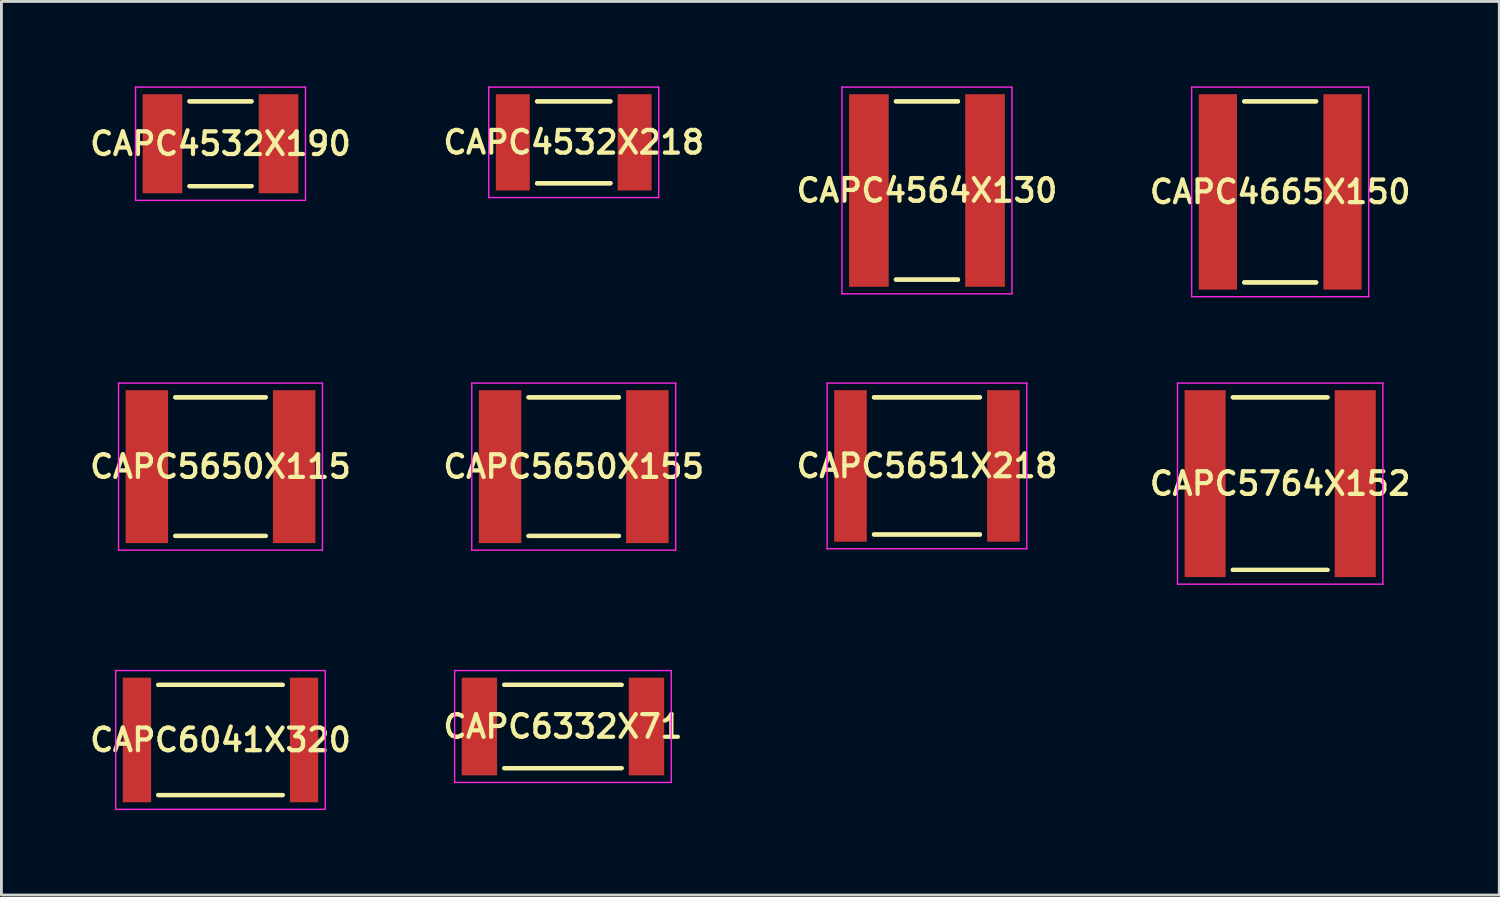
<source format=kicad_pcb>
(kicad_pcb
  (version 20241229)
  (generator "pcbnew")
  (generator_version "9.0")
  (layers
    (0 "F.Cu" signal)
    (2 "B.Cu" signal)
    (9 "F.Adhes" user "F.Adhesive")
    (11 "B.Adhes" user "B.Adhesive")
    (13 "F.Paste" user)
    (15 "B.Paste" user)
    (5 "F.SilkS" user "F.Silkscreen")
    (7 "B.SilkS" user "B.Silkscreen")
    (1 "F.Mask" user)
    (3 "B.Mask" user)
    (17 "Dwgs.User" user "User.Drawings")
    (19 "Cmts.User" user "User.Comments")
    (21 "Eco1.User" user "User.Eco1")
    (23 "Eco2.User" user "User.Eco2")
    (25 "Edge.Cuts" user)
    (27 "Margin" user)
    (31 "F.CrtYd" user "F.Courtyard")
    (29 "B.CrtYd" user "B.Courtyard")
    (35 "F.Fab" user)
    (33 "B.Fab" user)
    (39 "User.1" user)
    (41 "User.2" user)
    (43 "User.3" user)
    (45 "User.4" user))
  (footprint "CAPC6332X71"
    (layer "F.Cu")
    (at 16.825 22.6)
    (property "Reference" "CAPC6332X71" (at 0 0 0) (layer "F.SilkS") (effects (font (size 0.8 0.8) (thickness 0.15))))
    (attr smd)
    (fp_line (start -2.071 -1.471) (end 2.071 -1.471) (stroke (width 0.15) (type solid)) (layer "F.SilkS"))
    (fp_line (start -2.071 1.471) (end 2.071 1.471) (stroke (width 0.15) (type solid)) (layer "F.SilkS"))
    (fp_line (start 2.071 -1.471) (end -2.071 -1.471) (stroke (width 0.15) (type solid)) (layer "F.SilkS"))
    (fp_line (start 2.071 1.471) (end -2.071 1.471) (stroke (width 0.15) (type solid)) (layer "F.SilkS"))
    (fp_line (start -3.825 -1.975) (end 3.825 -1.975) (stroke (width 0.05) (type solid)) (layer "F.CrtYd"))
    (fp_line (start -3.825 1.975) (end -3.825 -1.975) (stroke (width 0.05) (type solid)) (layer "F.CrtYd"))
    (fp_line (start 3.825 -1.975) (end 3.825 1.975) (stroke (width 0.05) (type solid)) (layer "F.CrtYd"))
    (fp_line (start 3.825 1.975) (end -3.825 1.975) (stroke (width 0.05) (type solid)) (layer "F.CrtYd"))
    (pad "1" smd rect (at -2.95 0) (size 1.25 3.45) (layers "F.Cu" "F.Mask" "F.Paste"))
    (pad "2" smd rect (at 2.95 0) (size 1.25 3.45) (layers "F.Cu" "F.Mask" "F.Paste")))
  (footprint "CAPC4532X190"
    (layer "F.Cu")
    (at 4.735 2.025)
    (property "Reference" "CAPC4532X190" (at 0 0 0) (layer "F.SilkS") (effects (font (size 0.8 0.8) (thickness 0.15))))
    (attr smd)
    (fp_line (start -1.096 -1.496) (end 1.096 -1.496) (stroke (width 0.15) (type solid)) (layer "F.SilkS"))
    (fp_line (start -1.096 1.496) (end 1.096 1.496) (stroke (width 0.15) (type solid)) (layer "F.SilkS"))
    (fp_line (start 1.096 -1.496) (end -1.096 -1.496) (stroke (width 0.15) (type solid)) (layer "F.SilkS"))
    (fp_line (start 1.096 1.496) (end -1.096 1.496) (stroke (width 0.15) (type solid)) (layer "F.SilkS"))
    (fp_line (start -3 -2) (end 3 -2) (stroke (width 0.05) (type solid)) (layer "F.CrtYd"))
    (fp_line (start -3 2) (end -3 -2) (stroke (width 0.05) (type solid)) (layer "F.CrtYd"))
    (fp_line (start 3 -2) (end 3 2) (stroke (width 0.05) (type solid)) (layer "F.CrtYd"))
    (fp_line (start 3 2) (end -3 2) (stroke (width 0.05) (type solid)) (layer "F.CrtYd"))
    (pad "1" smd rect (at -2.05 0) (size 1.4 3.5) (layers "F.Cu" "F.Mask" "F.Paste"))
    (pad "2" smd rect (at 2.05 0) (size 1.4 3.5) (layers "F.Cu" "F.Mask" "F.Paste")))
  (footprint "CAPC5650X155"
    (layer "F.Cu")
    (at 17.206 13.425)
    (property "Reference" "CAPC5650X155" (at 0 0 0) (layer "F.SilkS") (effects (font (size 0.8 0.8) (thickness 0.15))))
    (attr smd)
    (fp_line (start -1.596 -2.446) (end 1.596 -2.446) (stroke (width 0.15) (type solid)) (layer "F.SilkS"))
    (fp_line (start -1.596 2.446) (end 1.596 2.446) (stroke (width 0.15) (type solid)) (layer "F.SilkS"))
    (fp_line (start 1.596 -2.446) (end -1.596 -2.446) (stroke (width 0.15) (type solid)) (layer "F.SilkS"))
    (fp_line (start 1.596 2.446) (end -1.596 2.446) (stroke (width 0.15) (type solid)) (layer "F.SilkS"))
    (fp_line (start -3.6 -2.95) (end 3.6 -2.95) (stroke (width 0.05) (type solid)) (layer "F.CrtYd"))
    (fp_line (start -3.6 2.95) (end -3.6 -2.95) (stroke (width 0.05) (type solid)) (layer "F.CrtYd"))
    (fp_line (start 3.6 -2.95) (end 3.6 2.95) (stroke (width 0.05) (type solid)) (layer "F.CrtYd"))
    (fp_line (start 3.6 2.95) (end -3.6 2.95) (stroke (width 0.05) (type solid)) (layer "F.CrtYd"))
    (pad "1" smd rect (at -2.6 0) (size 1.5 5.4) (layers "F.Cu" "F.Mask" "F.Paste"))
    (pad "2" smd rect (at 2.6 0) (size 1.5 5.4) (layers "F.Cu" "F.Mask" "F.Paste")))
  (footprint "CAPC5651X218"
    (layer "F.Cu")
    (at 29.677 13.4)
    (property "Reference" "CAPC5651X218" (at 0 0 0) (layer "F.SilkS") (effects (font (size 0.8 0.8) (thickness 0.15))))
    (attr smd)
    (fp_line (start -1.871 -2.421) (end 1.871 -2.421) (stroke (width 0.15) (type solid)) (layer "F.SilkS"))
    (fp_line (start -1.871 2.421) (end 1.871 2.421) (stroke (width 0.15) (type solid)) (layer "F.SilkS"))
    (fp_line (start 1.871 -2.421) (end -1.871 -2.421) (stroke (width 0.15) (type solid)) (layer "F.SilkS"))
    (fp_line (start 1.871 2.421) (end -1.871 2.421) (stroke (width 0.15) (type solid)) (layer "F.SilkS"))
    (fp_line (start -3.525 -2.925) (end 3.525 -2.925) (stroke (width 0.05) (type solid)) (layer "F.CrtYd"))
    (fp_line (start -3.525 2.925) (end -3.525 -2.925) (stroke (width 0.05) (type solid)) (layer "F.CrtYd"))
    (fp_line (start 3.525 -2.925) (end 3.525 2.925) (stroke (width 0.05) (type solid)) (layer "F.CrtYd"))
    (fp_line (start 3.525 2.925) (end -3.525 2.925) (stroke (width 0.05) (type solid)) (layer "F.CrtYd"))
    (pad "1" smd rect (at -2.7 0) (size 1.15 5.35) (layers "F.Cu" "F.Mask" "F.Paste"))
    (pad "2" smd rect (at 2.7 0) (size 1.15 5.35) (layers "F.Cu" "F.Mask" "F.Paste")))
  (footprint "CAPC4564X130"
    (layer "F.Cu")
    (at 29.677 3.675)
    (property "Reference" "CAPC4564X130" (at 0 0 0) (layer "F.SilkS") (effects (font (size 0.8 0.8) (thickness 0.15))))
    (attr smd)
    (fp_line (start -1.096 -3.146) (end 1.096 -3.146) (stroke (width 0.15) (type solid)) (layer "F.SilkS"))
    (fp_line (start -1.096 3.146) (end 1.096 3.146) (stroke (width 0.15) (type solid)) (layer "F.SilkS"))
    (fp_line (start 1.096 -3.146) (end -1.096 -3.146) (stroke (width 0.15) (type solid)) (layer "F.SilkS"))
    (fp_line (start 1.096 3.146) (end -1.096 3.146) (stroke (width 0.15) (type solid)) (layer "F.SilkS"))
    (fp_line (start -3 -3.65) (end 3 -3.65) (stroke (width 0.05) (type solid)) (layer "F.CrtYd"))
    (fp_line (start -3 3.65) (end -3 -3.65) (stroke (width 0.05) (type solid)) (layer "F.CrtYd"))
    (fp_line (start 3 -3.65) (end 3 3.65) (stroke (width 0.05) (type solid)) (layer "F.CrtYd"))
    (fp_line (start 3 3.65) (end -3 3.65) (stroke (width 0.05) (type solid)) (layer "F.CrtYd"))
    (pad "1" smd rect (at -2.05 0) (size 1.4 6.8) (layers "F.Cu" "F.Mask" "F.Paste"))
    (pad "2" smd rect (at 2.05 0) (size 1.4 6.8) (layers "F.Cu" "F.Mask" "F.Paste")))
  (footprint "CAPC4532X218"
    (layer "F.Cu")
    (at 17.206 1.975)
    (property "Reference" "CAPC4532X218" (at 0 0 0) (layer "F.SilkS") (effects (font (size 0.8 0.8) (thickness 0.15))))
    (attr smd)
    (fp_line (start -1.296 -1.446) (end 1.296 -1.446) (stroke (width 0.15) (type solid)) (layer "F.SilkS"))
    (fp_line (start -1.296 1.446) (end 1.296 1.446) (stroke (width 0.15) (type solid)) (layer "F.SilkS"))
    (fp_line (start 1.296 -1.446) (end -1.296 -1.446) (stroke (width 0.15) (type solid)) (layer "F.SilkS"))
    (fp_line (start 1.296 1.446) (end -1.296 1.446) (stroke (width 0.15) (type solid)) (layer "F.SilkS"))
    (fp_line (start -3 -1.95) (end 3 -1.95) (stroke (width 0.05) (type solid)) (layer "F.CrtYd"))
    (fp_line (start -3 1.95) (end -3 -1.95) (stroke (width 0.05) (type solid)) (layer "F.CrtYd"))
    (fp_line (start 3 -1.95) (end 3 1.95) (stroke (width 0.05) (type solid)) (layer "F.CrtYd"))
    (fp_line (start 3 1.95) (end -3 1.95) (stroke (width 0.05) (type solid)) (layer "F.CrtYd"))
    (pad "1" smd rect (at -2.15 0) (size 1.2 3.4) (layers "F.Cu" "F.Mask" "F.Paste"))
    (pad "2" smd rect (at 2.15 0) (size 1.2 3.4) (layers "F.Cu" "F.Mask" "F.Paste")))
  (footprint "CAPC4665X150"
    (layer "F.Cu")
    (at 42.148 3.725)
    (property "Reference" "CAPC4665X150" (at 0 0 0) (layer "F.SilkS") (effects (font (size 0.8 0.8) (thickness 0.15))))
    (attr smd)
    (fp_line (start -1.271 -3.196) (end 1.271 -3.196) (stroke (width 0.15) (type solid)) (layer "F.SilkS"))
    (fp_line (start -1.271 3.196) (end 1.271 3.196) (stroke (width 0.15) (type solid)) (layer "F.SilkS"))
    (fp_line (start 1.271 -3.196) (end -1.271 -3.196) (stroke (width 0.15) (type solid)) (layer "F.SilkS"))
    (fp_line (start 1.271 3.196) (end -1.271 3.196) (stroke (width 0.15) (type solid)) (layer "F.SilkS"))
    (fp_line (start -3.125 -3.7) (end 3.125 -3.7) (stroke (width 0.05) (type solid)) (layer "F.CrtYd"))
    (fp_line (start -3.125 3.7) (end -3.125 -3.7) (stroke (width 0.05) (type solid)) (layer "F.CrtYd"))
    (fp_line (start 3.125 -3.7) (end 3.125 3.7) (stroke (width 0.05) (type solid)) (layer "F.CrtYd"))
    (fp_line (start 3.125 3.7) (end -3.125 3.7) (stroke (width 0.05) (type solid)) (layer "F.CrtYd"))
    (pad "1" smd rect (at -2.2 0) (size 1.35 6.9) (layers "F.Cu" "F.Mask" "F.Paste"))
    (pad "2" smd rect (at 2.2 0) (size 1.35 6.9) (layers "F.Cu" "F.Mask" "F.Paste")))
  (footprint "CAPC5764X152"
    (layer "F.Cu")
    (at 42.148 14.025)
    (property "Reference" "CAPC5764X152" (at 0 0 0) (layer "F.SilkS") (effects (font (size 0.8 0.8) (thickness 0.15))))
    (attr smd)
    (fp_line (start -1.671 -3.046) (end 1.671 -3.046) (stroke (width 0.15) (type solid)) (layer "F.SilkS"))
    (fp_line (start -1.671 3.046) (end 1.671 3.046) (stroke (width 0.15) (type solid)) (layer "F.SilkS"))
    (fp_line (start 1.671 -3.046) (end -1.671 -3.046) (stroke (width 0.15) (type solid)) (layer "F.SilkS"))
    (fp_line (start 1.671 3.046) (end -1.671 3.046) (stroke (width 0.15) (type solid)) (layer "F.SilkS"))
    (fp_line (start -3.625 -3.55) (end 3.625 -3.55) (stroke (width 0.05) (type solid)) (layer "F.CrtYd"))
    (fp_line (start -3.625 3.55) (end -3.625 -3.55) (stroke (width 0.05) (type solid)) (layer "F.CrtYd"))
    (fp_line (start 3.625 -3.55) (end 3.625 3.55) (stroke (width 0.05) (type solid)) (layer "F.CrtYd"))
    (fp_line (start 3.625 3.55) (end -3.625 3.55) (stroke (width 0.05) (type solid)) (layer "F.CrtYd"))
    (pad "1" smd rect (at -2.65 0) (size 1.45 6.6) (layers "F.Cu" "F.Mask" "F.Paste"))
    (pad "2" smd rect (at 2.65 0) (size 1.45 6.6) (layers "F.Cu" "F.Mask" "F.Paste")))
  (footprint "CAPC6041X320"
    (layer "F.Cu")
    (at 4.735 23.075)
    (property "Reference" "CAPC6041X320" (at 0 0 0) (layer "F.SilkS") (effects (font (size 0.8 0.8) (thickness 0.15))))
    (attr smd)
    (fp_line (start -2.196 -1.946) (end 2.196 -1.946) (stroke (width 0.15) (type solid)) (layer "F.SilkS"))
    (fp_line (start -2.196 1.946) (end 2.196 1.946) (stroke (width 0.15) (type solid)) (layer "F.SilkS"))
    (fp_line (start 2.196 -1.946) (end -2.196 -1.946) (stroke (width 0.15) (type solid)) (layer "F.SilkS"))
    (fp_line (start 2.196 1.946) (end -2.196 1.946) (stroke (width 0.15) (type solid)) (layer "F.SilkS"))
    (fp_line (start -3.7 -2.45) (end 3.7 -2.45) (stroke (width 0.05) (type solid)) (layer "F.CrtYd"))
    (fp_line (start -3.7 2.45) (end -3.7 -2.45) (stroke (width 0.05) (type solid)) (layer "F.CrtYd"))
    (fp_line (start 3.7 -2.45) (end 3.7 2.45) (stroke (width 0.05) (type solid)) (layer "F.CrtYd"))
    (fp_line (start 3.7 2.45) (end -3.7 2.45) (stroke (width 0.05) (type solid)) (layer "F.CrtYd"))
    (pad "1" smd rect (at -2.95 0) (size 1 4.4) (layers "F.Cu" "F.Mask" "F.Paste"))
    (pad "2" smd rect (at 2.95 0) (size 1 4.4) (layers "F.Cu" "F.Mask" "F.Paste")))
  (footprint "CAPC5650X115"
    (layer "F.Cu")
    (at 4.735 13.425)
    (property "Reference" "CAPC5650X115" (at 0 0 0) (layer "F.SilkS") (effects (font (size 0.8 0.8) (thickness 0.15))))
    (attr smd)
    (fp_line (start -1.596 -2.446) (end 1.596 -2.446) (stroke (width 0.15) (type solid)) (layer "F.SilkS"))
    (fp_line (start -1.596 2.446) (end 1.596 2.446) (stroke (width 0.15) (type solid)) (layer "F.SilkS"))
    (fp_line (start 1.596 -2.446) (end -1.596 -2.446) (stroke (width 0.15) (type solid)) (layer "F.SilkS"))
    (fp_line (start 1.596 2.446) (end -1.596 2.446) (stroke (width 0.15) (type solid)) (layer "F.SilkS"))
    (fp_line (start -3.6 -2.95) (end 3.6 -2.95) (stroke (width 0.05) (type solid)) (layer "F.CrtYd"))
    (fp_line (start -3.6 2.95) (end -3.6 -2.95) (stroke (width 0.05) (type solid)) (layer "F.CrtYd"))
    (fp_line (start 3.6 -2.95) (end 3.6 2.95) (stroke (width 0.05) (type solid)) (layer "F.CrtYd"))
    (fp_line (start 3.6 2.95) (end -3.6 2.95) (stroke (width 0.05) (type solid)) (layer "F.CrtYd"))
    (pad "1" smd rect (at -2.6 0) (size 1.5 5.4) (layers "F.Cu" "F.Mask" "F.Paste"))
    (pad "2" smd rect (at 2.6 0) (size 1.5 5.4) (layers "F.Cu" "F.Mask" "F.Paste")))
  (gr_rect
    (start -3 -3)
    (end 49.884 28.55)
    (stroke (width 0.1) (type default))
    (fill no)
    (layer "Edge.Cuts")))
</source>
